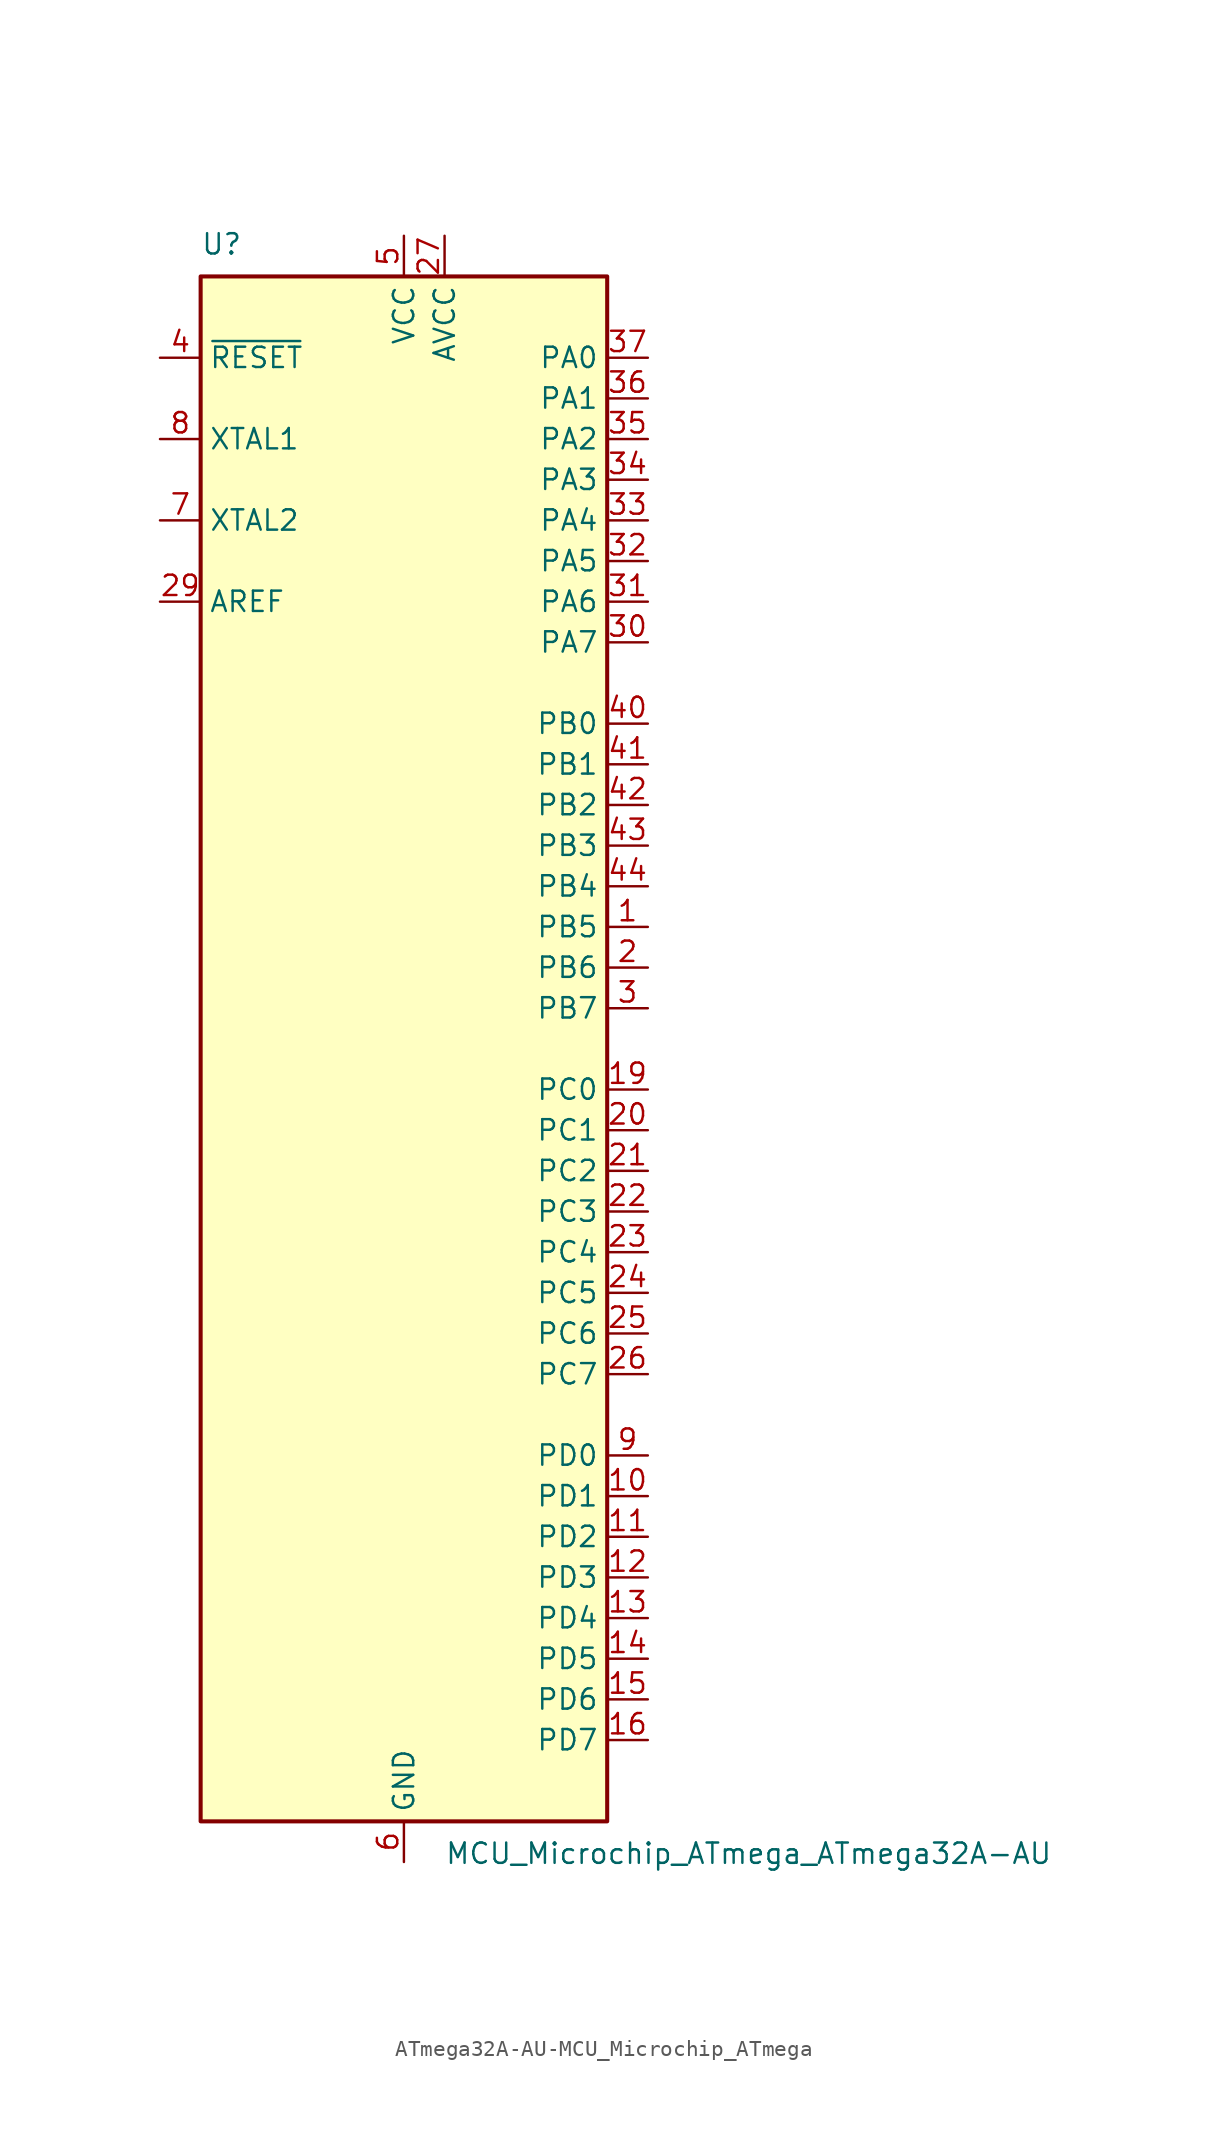
<source format=kicad_sym>
(kicad_symbol_lib
  (version 20220914)
  (generator kicad_symbol_editor)
  (symbol "ATmega32A-AU-MCU_Microchip_ATmega"
    (property "Reference" "U"
      (at -12.7 49.53 0)
      (effects (font (size 1.27 1.27)) (justify left bottom)))
    (property "Value" "MCU_Microchip_ATmega_ATmega32A-AU"
      (at 2.54 -49.53 0)
      (effects (font (size 1.27 1.27)) (justify left top)))
    (symbol "ATmega32A-AU-MCU_Microchip_ATmega_0_1"
      (rectangle (start -12.7 -48.26) (end 12.7 48.26) (stroke (width 0.254) (type solid)) (fill (type background))))
    (symbol "ATmega32A-AU-MCU_Microchip_ATmega_1_1"
      (pin bidirectional line (at 15.24 7.62 180) (length 2.54) (name "PB5" (effects (font (size 1.27 1.27)))) (number "1" (effects (font (size 1.27 1.27)))))
      (pin bidirectional line (at 15.24 -27.94 180) (length 2.54) (name "PD1" (effects (font (size 1.27 1.27)))) (number "10" (effects (font (size 1.27 1.27)))))
      (pin bidirectional line (at 15.24 -30.48 180) (length 2.54) (name "PD2" (effects (font (size 1.27 1.27)))) (number "11" (effects (font (size 1.27 1.27)))))
      (pin bidirectional line (at 15.24 -33.02 180) (length 2.54) (name "PD3" (effects (font (size 1.27 1.27)))) (number "12" (effects (font (size 1.27 1.27)))))
      (pin bidirectional line (at 15.24 -35.56 180) (length 2.54) (name "PD4" (effects (font (size 1.27 1.27)))) (number "13" (effects (font (size 1.27 1.27)))))
      (pin bidirectional line (at 15.24 -38.1 180) (length 2.54) (name "PD5" (effects (font (size 1.27 1.27)))) (number "14" (effects (font (size 1.27 1.27)))))
      (pin bidirectional line (at 15.24 -40.64 180) (length 2.54) (name "PD6" (effects (font (size 1.27 1.27)))) (number "15" (effects (font (size 1.27 1.27)))))
      (pin bidirectional line (at 15.24 -43.18 180) (length 2.54) (name "PD7" (effects (font (size 1.27 1.27)))) (number "16" (effects (font (size 1.27 1.27)))))
      (pin passive line (at 0 50.8 270) (length 2.54) hide (name "VCC" (effects (font (size 1.27 1.27)))) (number "17" (effects (font (size 1.27 1.27)))))
      (pin passive line (at 0 -50.8 90) (length 2.54) hide (name "GND" (effects (font (size 1.27 1.27)))) (number "18" (effects (font (size 1.27 1.27)))))
      (pin bidirectional line (at 15.24 -2.54 180) (length 2.54) (name "PC0" (effects (font (size 1.27 1.27)))) (number "19" (effects (font (size 1.27 1.27)))))
      (pin bidirectional line (at 15.24 5.08 180) (length 2.54) (name "PB6" (effects (font (size 1.27 1.27)))) (number "2" (effects (font (size 1.27 1.27)))))
      (pin bidirectional line (at 15.24 -5.08 180) (length 2.54) (name "PC1" (effects (font (size 1.27 1.27)))) (number "20" (effects (font (size 1.27 1.27)))))
      (pin bidirectional line (at 15.24 -7.62 180) (length 2.54) (name "PC2" (effects (font (size 1.27 1.27)))) (number "21" (effects (font (size 1.27 1.27)))))
      (pin bidirectional line (at 15.24 -10.16 180) (length 2.54) (name "PC3" (effects (font (size 1.27 1.27)))) (number "22" (effects (font (size 1.27 1.27)))))
      (pin bidirectional line (at 15.24 -12.7 180) (length 2.54) (name "PC4" (effects (font (size 1.27 1.27)))) (number "23" (effects (font (size 1.27 1.27)))))
      (pin bidirectional line (at 15.24 -15.24 180) (length 2.54) (name "PC5" (effects (font (size 1.27 1.27)))) (number "24" (effects (font (size 1.27 1.27)))))
      (pin bidirectional line (at 15.24 -17.78 180) (length 2.54) (name "PC6" (effects (font (size 1.27 1.27)))) (number "25" (effects (font (size 1.27 1.27)))))
      (pin bidirectional line (at 15.24 -20.32 180) (length 2.54) (name "PC7" (effects (font (size 1.27 1.27)))) (number "26" (effects (font (size 1.27 1.27)))))
      (pin power_in line (at 2.54 50.8 270) (length 2.54) (name "AVCC" (effects (font (size 1.27 1.27)))) (number "27" (effects (font (size 1.27 1.27)))))
      (pin passive line (at 0 -50.8 90) (length 2.54) hide (name "GND" (effects (font (size 1.27 1.27)))) (number "28" (effects (font (size 1.27 1.27)))))
      (pin passive line (at -15.24 27.94 0) (length 2.54) (name "AREF" (effects (font (size 1.27 1.27)))) (number "29" (effects (font (size 1.27 1.27)))))
      (pin bidirectional line (at 15.24 2.54 180) (length 2.54) (name "PB7" (effects (font (size 1.27 1.27)))) (number "3" (effects (font (size 1.27 1.27)))))
      (pin bidirectional line (at 15.24 25.4 180) (length 2.54) (name "PA7" (effects (font (size 1.27 1.27)))) (number "30" (effects (font (size 1.27 1.27)))))
      (pin bidirectional line (at 15.24 27.94 180) (length 2.54) (name "PA6" (effects (font (size 1.27 1.27)))) (number "31" (effects (font (size 1.27 1.27)))))
      (pin bidirectional line (at 15.24 30.48 180) (length 2.54) (name "PA5" (effects (font (size 1.27 1.27)))) (number "32" (effects (font (size 1.27 1.27)))))
      (pin bidirectional line (at 15.24 33.02 180) (length 2.54) (name "PA4" (effects (font (size 1.27 1.27)))) (number "33" (effects (font (size 1.27 1.27)))))
      (pin bidirectional line (at 15.24 35.56 180) (length 2.54) (name "PA3" (effects (font (size 1.27 1.27)))) (number "34" (effects (font (size 1.27 1.27)))))
      (pin bidirectional line (at 15.24 38.1 180) (length 2.54) (name "PA2" (effects (font (size 1.27 1.27)))) (number "35" (effects (font (size 1.27 1.27)))))
      (pin bidirectional line (at 15.24 40.64 180) (length 2.54) (name "PA1" (effects (font (size 1.27 1.27)))) (number "36" (effects (font (size 1.27 1.27)))))
      (pin bidirectional line (at 15.24 43.18 180) (length 2.54) (name "PA0" (effects (font (size 1.27 1.27)))) (number "37" (effects (font (size 1.27 1.27)))))
      (pin passive line (at 0 50.8 270) (length 2.54) hide (name "VCC" (effects (font (size 1.27 1.27)))) (number "38" (effects (font (size 1.27 1.27)))))
      (pin passive line (at 0 -50.8 90) (length 2.54) hide (name "GND" (effects (font (size 1.27 1.27)))) (number "39" (effects (font (size 1.27 1.27)))))
      (pin input line (at -15.24 43.18 0) (length 2.54) (name "~{RESET}" (effects (font (size 1.27 1.27)))) (number "4" (effects (font (size 1.27 1.27)))))
      (pin bidirectional line (at 15.24 20.32 180) (length 2.54) (name "PB0" (effects (font (size 1.27 1.27)))) (number "40" (effects (font (size 1.27 1.27)))))
      (pin bidirectional line (at 15.24 17.78 180) (length 2.54) (name "PB1" (effects (font (size 1.27 1.27)))) (number "41" (effects (font (size 1.27 1.27)))))
      (pin bidirectional line (at 15.24 15.24 180) (length 2.54) (name "PB2" (effects (font (size 1.27 1.27)))) (number "42" (effects (font (size 1.27 1.27)))))
      (pin bidirectional line (at 15.24 12.7 180) (length 2.54) (name "PB3" (effects (font (size 1.27 1.27)))) (number "43" (effects (font (size 1.27 1.27)))))
      (pin bidirectional line (at 15.24 10.16 180) (length 2.54) (name "PB4" (effects (font (size 1.27 1.27)))) (number "44" (effects (font (size 1.27 1.27)))))
      (pin power_in line (at 0 50.8 270) (length 2.54) (name "VCC" (effects (font (size 1.27 1.27)))) (number "5" (effects (font (size 1.27 1.27)))))
      (pin power_in line (at 0 -50.8 90) (length 2.54) (name "GND" (effects (font (size 1.27 1.27)))) (number "6" (effects (font (size 1.27 1.27)))))
      (pin output line (at -15.24 33.02 0) (length 2.54) (name "XTAL2" (effects (font (size 1.27 1.27)))) (number "7" (effects (font (size 1.27 1.27)))))
      (pin input line (at -15.24 38.1 0) (length 2.54) (name "XTAL1" (effects (font (size 1.27 1.27)))) (number "8" (effects (font (size 1.27 1.27)))))
      (pin bidirectional line (at 15.24 -25.4 180) (length 2.54) (name "PD0" (effects (font (size 1.27 1.27)))) (number "9" (effects (font (size 1.27 1.27))))))))
</source>
